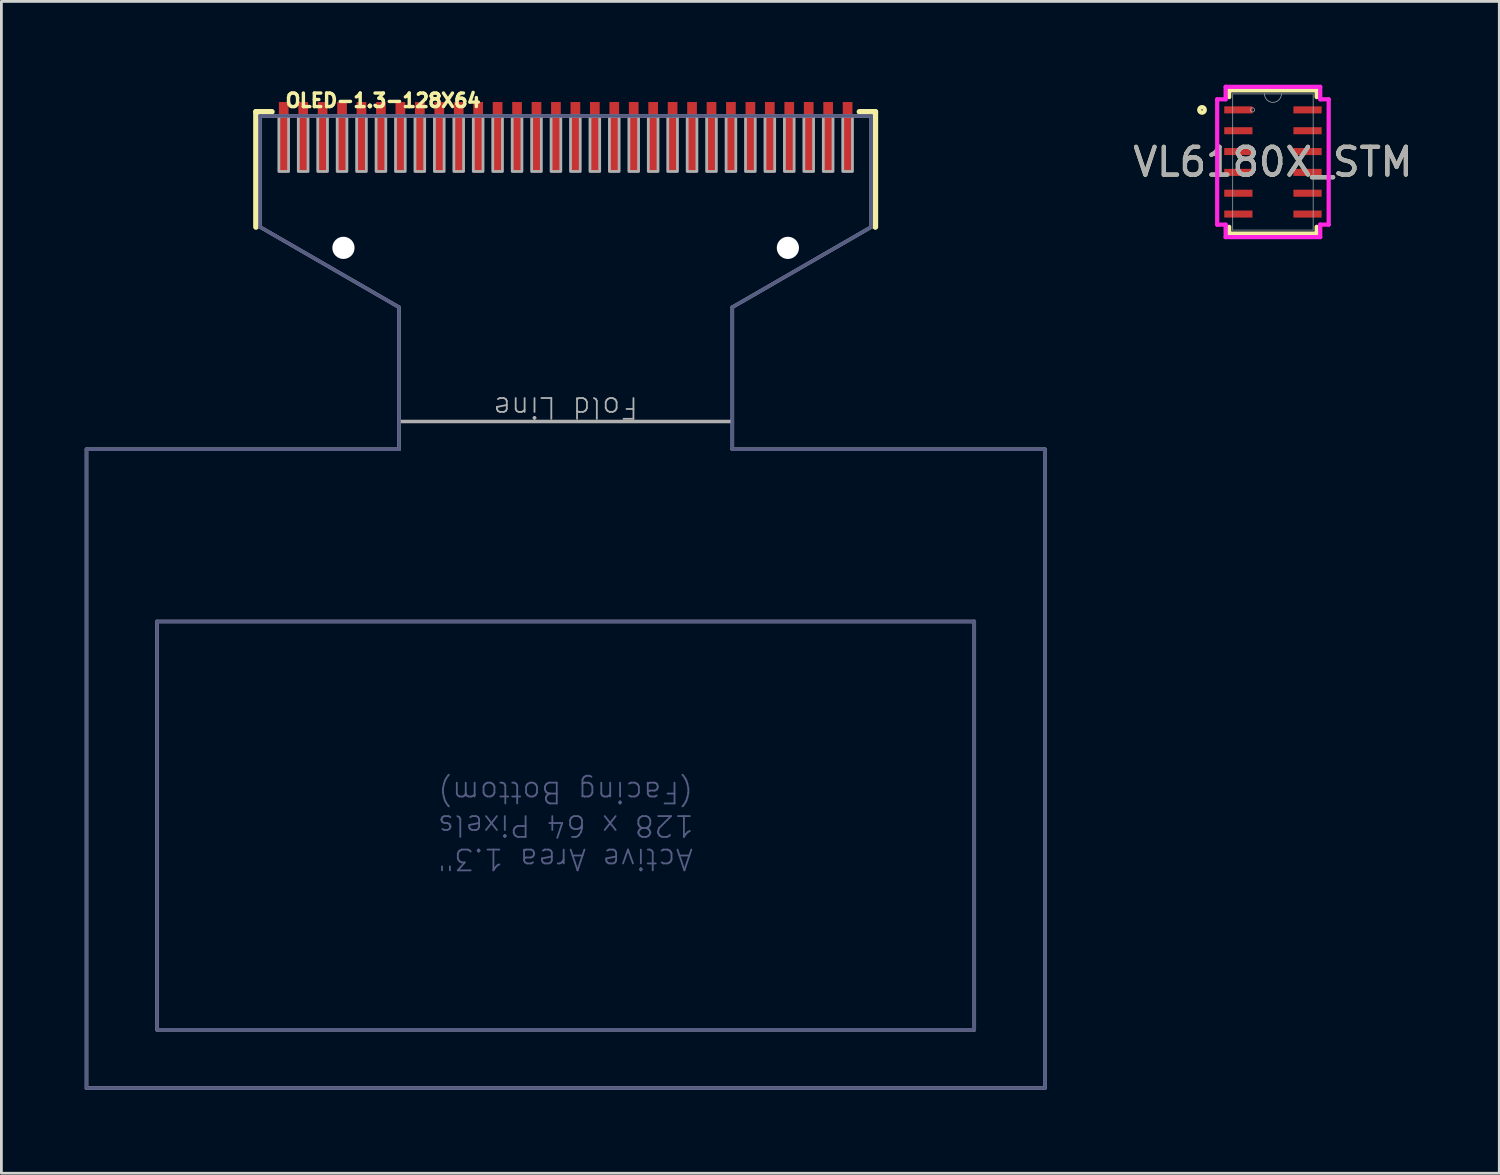
<source format=kicad_pcb>
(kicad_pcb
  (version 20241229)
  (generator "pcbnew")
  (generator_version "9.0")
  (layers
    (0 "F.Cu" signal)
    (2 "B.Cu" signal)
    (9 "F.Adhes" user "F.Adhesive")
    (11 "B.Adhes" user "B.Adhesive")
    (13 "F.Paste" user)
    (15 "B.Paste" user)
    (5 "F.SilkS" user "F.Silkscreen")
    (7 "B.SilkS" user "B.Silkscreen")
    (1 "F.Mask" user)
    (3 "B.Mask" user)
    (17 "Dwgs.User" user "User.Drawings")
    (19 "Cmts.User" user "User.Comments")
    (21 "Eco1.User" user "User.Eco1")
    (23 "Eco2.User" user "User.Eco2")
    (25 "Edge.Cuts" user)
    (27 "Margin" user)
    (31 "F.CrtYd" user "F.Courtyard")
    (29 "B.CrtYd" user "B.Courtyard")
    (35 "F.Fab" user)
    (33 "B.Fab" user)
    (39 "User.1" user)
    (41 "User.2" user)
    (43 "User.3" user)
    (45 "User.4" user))
  (footprint "VL6180X_STM"
    (layer "F.Cu")
    (at 42.776 2.781)
    (property "Reference" "VL6180X_STM" (at 0 0 0) (unlocked yes) (layer "F.SilkS") (effects (font (size 1 1) (thickness 0.15))))
    (attr smd)
    (fp_line (start -1.575 -2.578) (end -1.575 -2.335) (stroke (width 0.152) (type solid)) (layer "F.SilkS"))
    (fp_line (start -1.575 2.335) (end -1.575 2.578) (stroke (width 0.152) (type solid)) (layer "F.SilkS"))
    (fp_line (start -1.575 2.578) (end 1.575 2.578) (stroke (width 0.152) (type solid)) (layer "F.SilkS"))
    (fp_line (start 1.575 -2.578) (end -1.575 -2.578) (stroke (width 0.152) (type solid)) (layer "F.SilkS"))
    (fp_line (start 1.575 -2.335) (end 1.575 -2.578) (stroke (width 0.152) (type solid)) (layer "F.SilkS"))
    (fp_line (start 1.575 2.578) (end 1.575 2.335) (stroke (width 0.152) (type solid)) (layer "F.SilkS"))
    (fp_circle (center -2.553 -1.875) (end -2.452 -1.875) (stroke (width 0.152) (type solid)) (fill no) (layer "F.SilkS"))
    (fp_line (start -2.007 -2.256) (end -1.702 -2.256) (stroke (width 0.152) (type solid)) (layer "F.CrtYd"))
    (fp_line (start -2.007 2.256) (end -2.007 -2.256) (stroke (width 0.152) (type solid)) (layer "F.CrtYd"))
    (fp_line (start -2.007 2.256) (end -1.702 2.256) (stroke (width 0.152) (type solid)) (layer "F.CrtYd"))
    (fp_line (start -1.702 -2.705) (end 1.702 -2.705) (stroke (width 0.152) (type solid)) (layer "F.CrtYd"))
    (fp_line (start -1.702 -2.256) (end -1.702 -2.705) (stroke (width 0.152) (type solid)) (layer "F.CrtYd"))
    (fp_line (start -1.702 2.705) (end -1.702 2.256) (stroke (width 0.152) (type solid)) (layer "F.CrtYd"))
    (fp_line (start 1.702 -2.705) (end 1.702 -2.256) (stroke (width 0.152) (type solid)) (layer "F.CrtYd"))
    (fp_line (start 1.702 2.256) (end 1.702 2.705) (stroke (width 0.152) (type solid)) (layer "F.CrtYd"))
    (fp_line (start 1.702 2.705) (end -1.702 2.705) (stroke (width 0.152) (type solid)) (layer "F.CrtYd"))
    (fp_line (start 2.007 -2.256) (end 1.702 -2.256) (stroke (width 0.152) (type solid)) (layer "F.CrtYd"))
    (fp_line (start 2.007 -2.256) (end 2.007 2.256) (stroke (width 0.152) (type solid)) (layer "F.CrtYd"))
    (fp_line (start 2.007 2.256) (end 1.702 2.256) (stroke (width 0.152) (type solid)) (layer "F.CrtYd"))
    (fp_line (start -1.448 -2.451) (end -1.448 2.451) (stroke (width 0.025) (type solid)) (layer "F.Fab"))
    (fp_line (start -1.448 2.451) (end 1.448 2.451) (stroke (width 0.025) (type solid)) (layer "F.Fab"))
    (fp_line (start 1.448 -2.451) (end -1.448 -2.451) (stroke (width 0.025) (type solid)) (layer "F.Fab"))
    (fp_line (start 1.448 2.451) (end 1.448 -2.451) (stroke (width 0.025) (type solid)) (layer "F.Fab"))
    (fp_arc (start 0.3048 -2.4511) (mid 0 -2.1463) (end -0.3048 -2.4511) (stroke (width 0.0254) (type solid)) (layer "F.Fab"))
    (fp_circle (center -0.737 -1.875) (end -0.66 -1.875) (stroke (width 0.025) (type solid)) (fill no) (layer "F.Fab"))
    (fp_text user "${REFERENCE}" (at 0 0 0) (unlocked yes) (layer "F.Fab") (effects (font (size 1 1) (thickness 0.15))))
    (pad "1" smd rect (at -1.245 -1.875) (size 1.016 0.254) (layers "F.Cu" "F.Mask" "F.Paste"))
    (pad "2" smd rect (at -1.245 -1.125) (size 1.016 0.254) (layers "F.Cu" "F.Mask" "F.Paste"))
    (pad "3" smd rect (at -1.245 -0.375) (size 1.016 0.254) (layers "F.Cu" "F.Mask" "F.Paste"))
    (pad "4" smd rect (at -1.245 0.375) (size 1.016 0.254) (layers "F.Cu" "F.Mask" "F.Paste"))
    (pad "5" smd rect (at -1.245 1.125) (size 1.016 0.254) (layers "F.Cu" "F.Mask" "F.Paste"))
    (pad "6" smd rect (at -1.245 1.875) (size 1.016 0.254) (layers "F.Cu" "F.Mask" "F.Paste"))
    (pad "7" smd rect (at 1.245 1.875) (size 1.016 0.254) (layers "F.Cu" "F.Mask" "F.Paste"))
    (pad "8" smd rect (at 1.245 1.125) (size 1.016 0.254) (layers "F.Cu" "F.Mask" "F.Paste"))
    (pad "9" smd rect (at 1.245 0.375) (size 1.016 0.254) (layers "F.Cu" "F.Mask" "F.Paste"))
    (pad "10" smd rect (at 1.245 -0.375) (size 1.016 0.254) (layers "F.Cu" "F.Mask" "F.Paste"))
    (pad "11" smd rect (at 1.245 -1.125) (size 1.016 0.254) (layers "F.Cu" "F.Mask" "F.Paste"))
    (pad "12" smd rect (at 1.245 -1.875) (size 1.016 0.254) (layers "F.Cu" "F.Mask" "F.Paste")))
  (footprint "OLED-1.3-128X64"
    (layer "F.Cu")
    (at 17.314 2.123)
    (property "Reference" "OLED-1.3-128X64" (at -10.15 -1.27 0) (unlocked yes) (layer "F.SilkS") (effects (font (size 0.488 0.488) (thickness 0.122)) (justify left bottom)))
    (fp_line (start -11.15 -1.15) (end -11.15 3) (stroke (width 0.2) (type solid)) (layer "F.SilkS"))
    (fp_line (start -10.575 -1.15) (end -11.15 -1.15) (stroke (width 0.2) (type solid)) (layer "F.SilkS"))
    (fp_line (start 10.575 -1.15) (end 11.15 -1.15) (stroke (width 0.2) (type solid)) (layer "F.SilkS"))
    (fp_line (start 11.15 -1.15) (end 11.15 3) (stroke (width 0.2) (type solid)) (layer "F.SilkS"))
    (fp_line (start -17.25 11) (end -17.25 34) (stroke (width 0.127) (type solid)) (layer "B.Fab"))
    (fp_line (start -17.25 34) (end 17.25 34) (stroke (width 0.127) (type solid)) (layer "B.Fab"))
    (fp_line (start -14.71 17.2) (end -14.71 31.9) (stroke (width 0.127) (type solid)) (layer "B.Fab"))
    (fp_line (start -14.71 31.9) (end 14.71 31.9) (stroke (width 0.127) (type solid)) (layer "B.Fab"))
    (fp_line (start -11 -1) (end -11 3) (stroke (width 0.127) (type solid)) (layer "B.Fab"))
    (fp_line (start -11 3) (end -6 5.887) (stroke (width 0.127) (type solid)) (layer "B.Fab"))
    (fp_line (start -6 5.887) (end -6 11) (stroke (width 0.127) (type solid)) (layer "B.Fab"))
    (fp_line (start -6 11) (end -17.25 11) (stroke (width 0.127) (type solid)) (layer "B.Fab"))
    (fp_line (start 6 5.887) (end 11 3) (stroke (width 0.127) (type solid)) (layer "B.Fab"))
    (fp_line (start 6 11) (end 6 5.887) (stroke (width 0.127) (type solid)) (layer "B.Fab"))
    (fp_line (start 11 -1) (end -11 -1) (stroke (width 0.127) (type solid)) (layer "B.Fab"))
    (fp_line (start 11 3) (end 11 -1) (stroke (width 0.127) (type solid)) (layer "B.Fab"))
    (fp_line (start 14.71 17.2) (end -14.71 17.2) (stroke (width 0.127) (type solid)) (layer "B.Fab"))
    (fp_line (start 14.71 31.9) (end 14.71 17.2) (stroke (width 0.127) (type solid)) (layer "B.Fab"))
    (fp_line (start 17.25 11) (end 6 11) (stroke (width 0.127) (type solid)) (layer "B.Fab"))
    (fp_line (start 17.25 34) (end 17.25 11) (stroke (width 0.127) (type solid)) (layer "B.Fab"))
    (fp_line (start -17.25 11) (end -17.25 34) (stroke (width 0.127) (type solid)) (layer "F.Fab"))
    (fp_line (start -17.25 34) (end 17.25 34) (stroke (width 0.127) (type solid)) (layer "F.Fab"))
    (fp_line (start -14.71 17.2) (end -14.71 31.9) (stroke (width 0.127) (type solid)) (layer "F.Fab"))
    (fp_line (start -14.71 31.9) (end 14.71 31.9) (stroke (width 0.127) (type solid)) (layer "F.Fab"))
    (fp_line (start -11 -1) (end -11 3) (stroke (width 0.127) (type solid)) (layer "F.Fab"))
    (fp_line (start -11 3) (end -6 5.887) (stroke (width 0.127) (type solid)) (layer "F.Fab"))
    (fp_line (start -6 5.887) (end -6 10) (stroke (width 0.127) (type solid)) (layer "F.Fab"))
    (fp_line (start -6 10) (end -6 11) (stroke (width 0.127) (type solid)) (layer "F.Fab"))
    (fp_line (start -6 11) (end -17.25 11) (stroke (width 0.127) (type solid)) (layer "F.Fab"))
    (fp_line (start 6 5.887) (end 11 3) (stroke (width 0.127) (type solid)) (layer "F.Fab"))
    (fp_line (start 6 10) (end -6 10) (stroke (width 0.127) (type solid)) (layer "F.Fab"))
    (fp_line (start 6 10) (end 6 5.887) (stroke (width 0.127) (type solid)) (layer "F.Fab"))
    (fp_line (start 6 11) (end 6 10) (stroke (width 0.127) (type solid)) (layer "F.Fab"))
    (fp_line (start 11 -1) (end -11 -1) (stroke (width 0.127) (type solid)) (layer "F.Fab"))
    (fp_line (start 11 3) (end 11 -1) (stroke (width 0.127) (type solid)) (layer "F.Fab"))
    (fp_line (start 14.71 17.2) (end -14.71 17.2) (stroke (width 0.127) (type solid)) (layer "F.Fab"))
    (fp_line (start 14.71 31.9) (end 14.71 17.2) (stroke (width 0.127) (type solid)) (layer "F.Fab"))
    (fp_line (start 17.25 11) (end 6 11) (stroke (width 0.127) (type solid)) (layer "F.Fab"))
    (fp_line (start 17.25 34) (end 17.25 11) (stroke (width 0.127) (type solid)) (layer "F.Fab"))
    (fp_poly (pts (xy -10.325 1) (xy -9.975 1) (xy -9.975 -1) (xy -10.325 -1)) (stroke (width 0.1) (type default)) (fill no) (layer "F.Fab"))
    (fp_poly (pts (xy -9.625 1) (xy -9.275 1) (xy -9.275 -1) (xy -9.625 -1)) (stroke (width 0.1) (type default)) (fill no) (layer "F.Fab"))
    (fp_poly (pts (xy -8.925 1) (xy -8.575 1) (xy -8.575 -1) (xy -8.925 -1)) (stroke (width 0.1) (type default)) (fill no) (layer "F.Fab"))
    (fp_poly (pts (xy -8.225 1) (xy -7.875 1) (xy -7.875 -1) (xy -8.225 -1)) (stroke (width 0.1) (type default)) (fill no) (layer "F.Fab"))
    (fp_poly (pts (xy -7.525 1) (xy -7.175 1) (xy -7.175 -1) (xy -7.525 -1)) (stroke (width 0.1) (type default)) (fill no) (layer "F.Fab"))
    (fp_poly (pts (xy -6.825 1) (xy -6.475 1) (xy -6.475 -1) (xy -6.825 -1)) (stroke (width 0.1) (type default)) (fill no) (layer "F.Fab"))
    (fp_poly (pts (xy -6.125 1) (xy -5.775 1) (xy -5.775 -1) (xy -6.125 -1)) (stroke (width 0.1) (type default)) (fill no) (layer "F.Fab"))
    (fp_poly (pts (xy -5.425 1) (xy -5.075 1) (xy -5.075 -1) (xy -5.425 -1)) (stroke (width 0.1) (type default)) (fill no) (layer "F.Fab"))
    (fp_poly (pts (xy -4.725 1) (xy -4.375 1) (xy -4.375 -1) (xy -4.725 -1)) (stroke (width 0.1) (type default)) (fill no) (layer "F.Fab"))
    (fp_poly (pts (xy -4.025 1) (xy -3.675 1) (xy -3.675 -1) (xy -4.025 -1)) (stroke (width 0.1) (type default)) (fill no) (layer "F.Fab"))
    (fp_poly (pts (xy -3.325 1) (xy -2.975 1) (xy -2.975 -1) (xy -3.325 -1)) (stroke (width 0.1) (type default)) (fill no) (layer "F.Fab"))
    (fp_poly (pts (xy -2.625 1) (xy -2.275 1) (xy -2.275 -1) (xy -2.625 -1)) (stroke (width 0.1) (type default)) (fill no) (layer "F.Fab"))
    (fp_poly (pts (xy -1.925 1) (xy -1.575 1) (xy -1.575 -1) (xy -1.925 -1)) (stroke (width 0.1) (type default)) (fill no) (layer "F.Fab"))
    (fp_poly (pts (xy -1.225 1) (xy -0.875 1) (xy -0.875 -1) (xy -1.225 -1)) (stroke (width 0.1) (type default)) (fill no) (layer "F.Fab"))
    (fp_poly (pts (xy -0.525 1) (xy -0.175 1) (xy -0.175 -1) (xy -0.525 -1)) (stroke (width 0.1) (type default)) (fill no) (layer "F.Fab"))
    (fp_poly (pts (xy 0.175 1) (xy 0.525 1) (xy 0.525 -1) (xy 0.175 -1)) (stroke (width 0.1) (type default)) (fill no) (layer "F.Fab"))
    (fp_poly (pts (xy 0.875 1) (xy 1.225 1) (xy 1.225 -1) (xy 0.875 -1)) (stroke (width 0.1) (type default)) (fill no) (layer "F.Fab"))
    (fp_poly (pts (xy 1.575 1) (xy 1.925 1) (xy 1.925 -1) (xy 1.575 -1)) (stroke (width 0.1) (type default)) (fill no) (layer "F.Fab"))
    (fp_poly (pts (xy 2.275 1) (xy 2.625 1) (xy 2.625 -1) (xy 2.275 -1)) (stroke (width 0.1) (type default)) (fill no) (layer "F.Fab"))
    (fp_poly (pts (xy 2.975 1) (xy 3.325 1) (xy 3.325 -1) (xy 2.975 -1)) (stroke (width 0.1) (type default)) (fill no) (layer "F.Fab"))
    (fp_poly (pts (xy 3.675 1) (xy 4.025 1) (xy 4.025 -1) (xy 3.675 -1)) (stroke (width 0.1) (type default)) (fill no) (layer "F.Fab"))
    (fp_poly (pts (xy 4.375 1) (xy 4.725 1) (xy 4.725 -1) (xy 4.375 -1)) (stroke (width 0.1) (type default)) (fill no) (layer "F.Fab"))
    (fp_poly (pts (xy 5.075 1) (xy 5.425 1) (xy 5.425 -1) (xy 5.075 -1)) (stroke (width 0.1) (type default)) (fill no) (layer "F.Fab"))
    (fp_poly (pts (xy 5.775 1) (xy 6.125 1) (xy 6.125 -1) (xy 5.775 -1)) (stroke (width 0.1) (type default)) (fill no) (layer "F.Fab"))
    (fp_poly (pts (xy 6.475 1) (xy 6.825 1) (xy 6.825 -1) (xy 6.475 -1)) (stroke (width 0.1) (type default)) (fill no) (layer "F.Fab"))
    (fp_poly (pts (xy 7.175 1) (xy 7.525 1) (xy 7.525 -1) (xy 7.175 -1)) (stroke (width 0.1) (type default)) (fill no) (layer "F.Fab"))
    (fp_poly (pts (xy 7.875 1) (xy 8.225 1) (xy 8.225 -1) (xy 7.875 -1)) (stroke (width 0.1) (type default)) (fill no) (layer "F.Fab"))
    (fp_poly (pts (xy 8.575 1) (xy 8.925 1) (xy 8.925 -1) (xy 8.575 -1)) (stroke (width 0.1) (type default)) (fill no) (layer "F.Fab"))
    (fp_poly (pts (xy 9.275 1) (xy 9.625 1) (xy 9.625 -1) (xy 9.275 -1)) (stroke (width 0.1) (type default)) (fill no) (layer "F.Fab"))
    (fp_poly (pts (xy 9.975 1) (xy 10.325 1) (xy 10.325 -1) (xy 9.975 -1)) (stroke (width 0.1) (type default)) (fill no) (layer "F.Fab"))
    (fp_text user "Active Area 1.3\"\n128 x 64 Pixels\n(Facing Bottom)" (at 0 24.55 180) (unlocked yes) (layer "B.Fab") (effects (font (size 0.748 0.748) (thickness 0.065))))
    (fp_text user "Fold Line" (at 0 9.5 180) (unlocked yes) (layer "F.Fab") (effects (font (size 0.748 0.748) (thickness 0.065))))
    (pad "" np_thru_hole circle (at -8 3.75) (size 0.8 0.8) (drill 0.8) (layers "*.Cu" "*.Mask"))
    (pad "" np_thru_hole circle (at 8 3.75) (size 0.8 0.8) (drill 0.8) (layers "*.Cu" "*.Mask"))
    (pad "1" smd rect (at -10.15 -0.25) (size 0.35 2.5) (layers "F.Cu" "F.Mask" "F.Paste"))
    (pad "2" smd rect (at -9.45 -0.25) (size 0.35 2.5) (layers "F.Cu" "F.Mask" "F.Paste"))
    (pad "3" smd rect (at -8.75 -0.25) (size 0.35 2.5) (layers "F.Cu" "F.Mask" "F.Paste"))
    (pad "4" smd rect (at -8.05 -0.25) (size 0.35 2.5) (layers "F.Cu" "F.Mask" "F.Paste"))
    (pad "5" smd rect (at -7.35 -0.25) (size 0.35 2.5) (layers "F.Cu" "F.Mask" "F.Paste"))
    (pad "6" smd rect (at -6.65 -0.25) (size 0.35 2.5) (layers "F.Cu" "F.Mask" "F.Paste"))
    (pad "7" smd rect (at -5.95 -0.25) (size 0.35 2.5) (layers "F.Cu" "F.Mask" "F.Paste"))
    (pad "8" smd rect (at -5.25 -0.25) (size 0.35 2.5) (layers "F.Cu" "F.Mask" "F.Paste"))
    (pad "9" smd rect (at -4.55 -0.25) (size 0.35 2.5) (layers "F.Cu" "F.Mask" "F.Paste"))
    (pad "10" smd rect (at -3.85 -0.25) (size 0.35 2.5) (layers "F.Cu" "F.Mask" "F.Paste"))
    (pad "11" smd rect (at -3.15 -0.25) (size 0.35 2.5) (layers "F.Cu" "F.Mask" "F.Paste"))
    (pad "12" smd rect (at -2.45 -0.25) (size 0.35 2.5) (layers "F.Cu" "F.Mask" "F.Paste"))
    (pad "13" smd rect (at -1.75 -0.25) (size 0.35 2.5) (layers "F.Cu" "F.Mask" "F.Paste"))
    (pad "14" smd rect (at -1.05 -0.25) (size 0.35 2.5) (layers "F.Cu" "F.Mask" "F.Paste"))
    (pad "15" smd rect (at -0.35 -0.25) (size 0.35 2.5) (layers "F.Cu" "F.Mask" "F.Paste"))
    (pad "16" smd rect (at 0.35 -0.25) (size 0.35 2.5) (layers "F.Cu" "F.Mask" "F.Paste"))
    (pad "17" smd rect (at 1.05 -0.25) (size 0.35 2.5) (layers "F.Cu" "F.Mask" "F.Paste"))
    (pad "18" smd rect (at 1.75 -0.25) (size 0.35 2.5) (layers "F.Cu" "F.Mask" "F.Paste"))
    (pad "19" smd rect (at 2.45 -0.25) (size 0.35 2.5) (layers "F.Cu" "F.Mask" "F.Paste"))
    (pad "20" smd rect (at 3.15 -0.25) (size 0.35 2.5) (layers "F.Cu" "F.Mask" "F.Paste"))
    (pad "21" smd rect (at 3.85 -0.25) (size 0.35 2.5) (layers "F.Cu" "F.Mask" "F.Paste"))
    (pad "22" smd rect (at 4.55 -0.25) (size 0.35 2.5) (layers "F.Cu" "F.Mask" "F.Paste"))
    (pad "23" smd rect (at 5.25 -0.25) (size 0.35 2.5) (layers "F.Cu" "F.Mask" "F.Paste"))
    (pad "24" smd rect (at 5.95 -0.25) (size 0.35 2.5) (layers "F.Cu" "F.Mask" "F.Paste"))
    (pad "25" smd rect (at 6.65 -0.25) (size 0.35 2.5) (layers "F.Cu" "F.Mask" "F.Paste"))
    (pad "26" smd rect (at 7.35 -0.25) (size 0.35 2.5) (layers "F.Cu" "F.Mask" "F.Paste"))
    (pad "27" smd rect (at 8.05 -0.25) (size 0.35 2.5) (layers "F.Cu" "F.Mask" "F.Paste"))
    (pad "28" smd rect (at 8.75 -0.25) (size 0.35 2.5) (layers "F.Cu" "F.Mask" "F.Paste"))
    (pad "29" smd rect (at 9.45 -0.25) (size 0.35 2.5) (layers "F.Cu" "F.Mask" "F.Paste"))
    (pad "30" smd rect (at 10.15 -0.25) (size 0.35 2.5) (layers "F.Cu" "F.Mask" "F.Paste")))
  (gr_rect
    (start -3 -3)
    (end 50.925 39.187)
    (stroke (width 0.1) (type default))
    (fill no)
    (layer "Edge.Cuts")))
</source>
